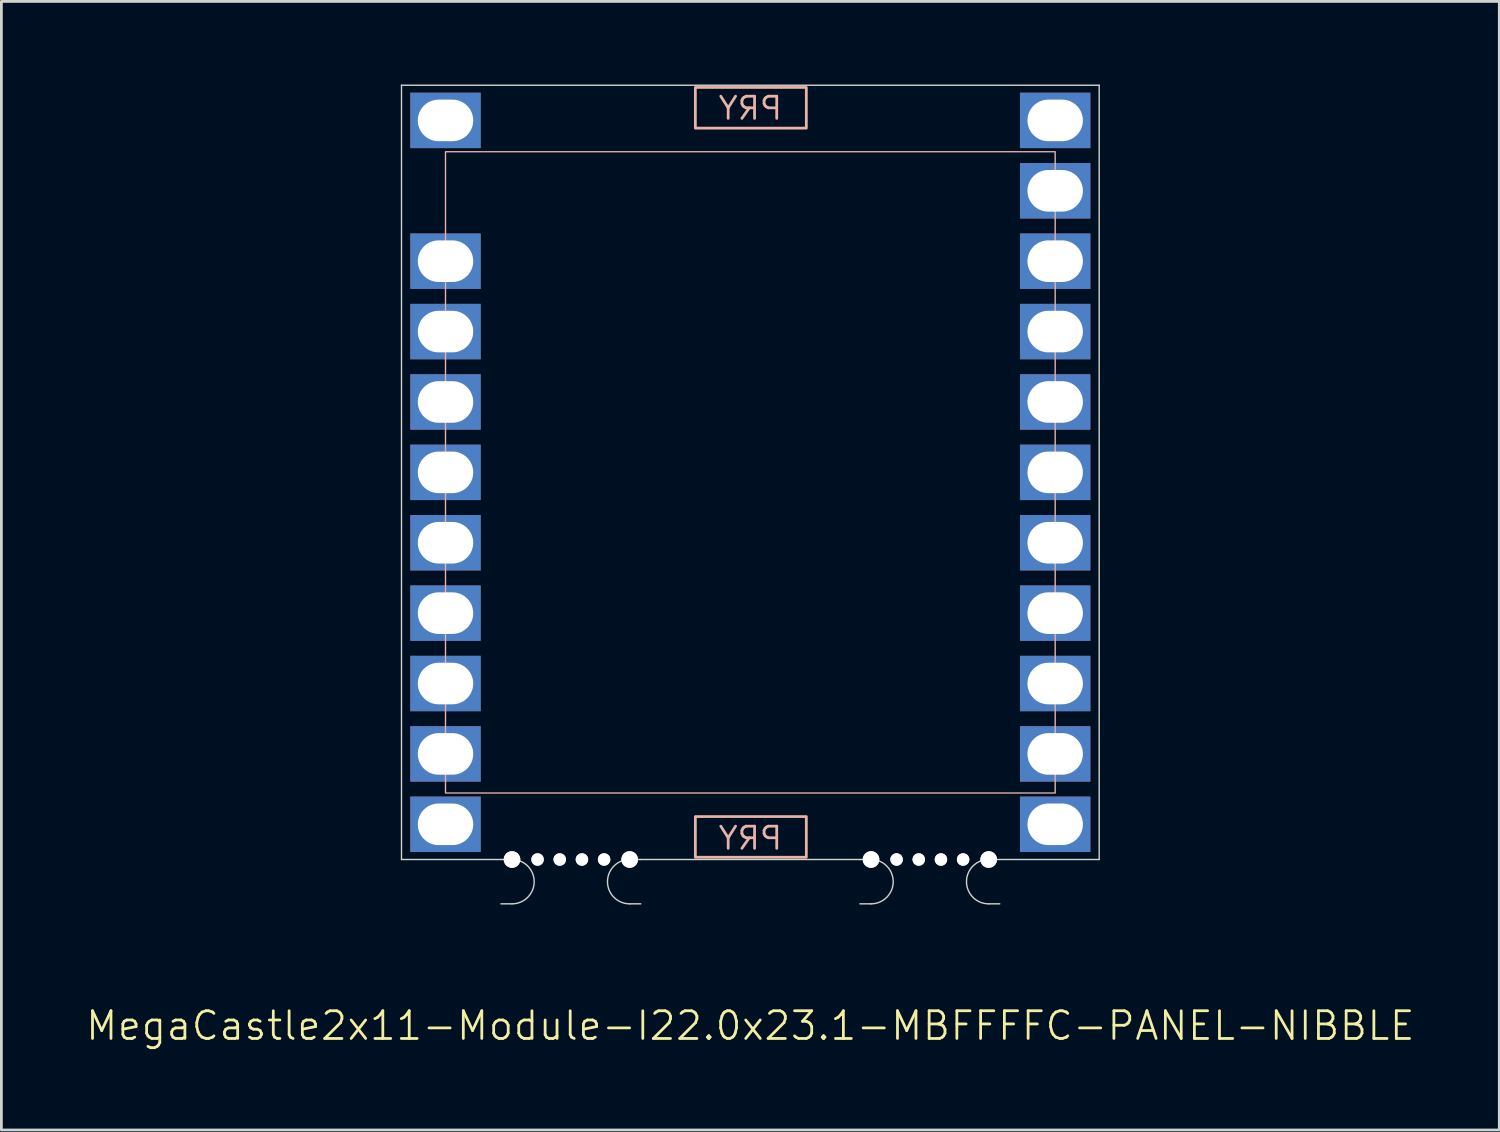
<source format=kicad_pcb>
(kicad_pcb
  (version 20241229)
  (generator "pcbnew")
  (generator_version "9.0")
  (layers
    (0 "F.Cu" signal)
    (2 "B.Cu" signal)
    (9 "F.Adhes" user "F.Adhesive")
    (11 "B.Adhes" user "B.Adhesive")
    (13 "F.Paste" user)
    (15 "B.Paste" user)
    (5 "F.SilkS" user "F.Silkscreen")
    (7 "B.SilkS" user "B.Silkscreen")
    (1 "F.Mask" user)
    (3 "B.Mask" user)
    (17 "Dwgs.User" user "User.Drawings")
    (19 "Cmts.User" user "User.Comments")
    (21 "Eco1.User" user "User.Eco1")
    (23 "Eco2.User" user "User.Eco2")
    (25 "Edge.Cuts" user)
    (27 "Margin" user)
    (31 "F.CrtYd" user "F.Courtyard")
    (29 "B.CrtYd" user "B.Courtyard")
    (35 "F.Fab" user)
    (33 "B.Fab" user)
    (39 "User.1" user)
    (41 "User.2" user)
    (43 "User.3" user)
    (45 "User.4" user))
  (footprint "MegaCastle2x11-Module-I22.0x23.1-MBFFFFC-PANEL-NIBBLE"
    (layer "F.Cu")
    (at 24.026 13.995)
    (property "Reference" "MegaCastle2x11-Module-I22.0x23.1-MBFFFFC-PANEL-NIBBLE" (at 0 19.97 0) (unlocked yes) (layer "F.SilkS") (effects (font (size 1 1) (thickness 0.1))))
    (attr smd)
    (fp_rect (start -11 11.57) (end 11 -11.57) (stroke (width 0.05) (type default)) (fill no) (layer "B.SilkS"))
    (fp_rect (start -1.984 -12.421) (end 2.02 -13.89) (stroke (width 0.1) (type default)) (fill no) (layer "B.SilkS"))
    (fp_rect (start -1.984 12.421) (end 2.02 13.89) (stroke (width 0.1) (type default)) (fill no) (layer "B.SilkS"))
    (fp_line (start -12.588 -13.97) (end -12.588 13.97) (stroke (width 0.05) (type default)) (layer "Edge.Cuts"))
    (fp_line (start -12.588 -13.97) (end 12.588 -13.97) (stroke (width 0.05) (type default)) (layer "Edge.Cuts"))
    (fp_line (start -12.588 13.97) (end -9 13.97) (stroke (width 0.05) (type default)) (layer "Edge.Cuts"))
    (fp_line (start -9 13.97) (end -8.6 13.97) (stroke (width 0.05) (type default)) (layer "Edge.Cuts"))
    (fp_line (start -9 15.57) (end -8.6 15.57) (stroke (width 0.05) (type default)) (layer "Edge.Cuts"))
    (fp_line (start -3.955 13.97) (end -4.355 13.97) (stroke (width 0.05) (type default)) (layer "Edge.Cuts"))
    (fp_line (start -3.955 13.97) (end 3.955 13.97) (stroke (width 0.05) (type default)) (layer "Edge.Cuts"))
    (fp_line (start -3.955 15.57) (end -4.355 15.57) (stroke (width 0.05) (type default)) (layer "Edge.Cuts"))
    (fp_line (start 3.955 13.97) (end 4.355 13.97) (stroke (width 0.05) (type default)) (layer "Edge.Cuts"))
    (fp_line (start 3.955 15.57) (end 4.355 15.57) (stroke (width 0.05) (type default)) (layer "Edge.Cuts"))
    (fp_line (start 9 13.97) (end 8.6 13.97) (stroke (width 0.05) (type default)) (layer "Edge.Cuts"))
    (fp_line (start 9 13.97) (end 12.588 13.97) (stroke (width 0.05) (type default)) (layer "Edge.Cuts"))
    (fp_line (start 9 15.57) (end 8.6 15.57) (stroke (width 0.05) (type default)) (layer "Edge.Cuts"))
    (fp_line (start 12.588 -13.97) (end 12.588 13.97) (stroke (width 0.05) (type default)) (layer "Edge.Cuts"))
    (fp_arc (start -8.6 13.97) (mid -7.8 14.77) (end -8.6 15.57) (stroke (width 0.05) (type default)) (layer "Edge.Cuts"))
    (fp_arc (start -4.355 15.57) (mid -5.155 14.77) (end -4.355 13.97) (stroke (width 0.05) (type default)) (layer "Edge.Cuts"))
    (fp_arc (start 4.355 13.97) (mid 5.155 14.77) (end 4.355 15.57) (stroke (width 0.05) (type default)) (layer "Edge.Cuts"))
    (fp_arc (start 8.6 15.57) (mid 7.8 14.77) (end 8.6 13.97) (stroke (width 0.05) (type default)) (layer "Edge.Cuts"))
    (fp_text user "PRY" (at 0 -12.67 0) (unlocked yes) (layer "B.SilkS") (effects (font (size 0.8 0.8) (thickness 0.1)) (justify bottom mirror)))
    (fp_text user "PRY" (at 0 13.67 0) (unlocked yes) (layer "B.SilkS") (effects (font (size 0.8 0.8) (thickness 0.1)) (justify bottom mirror)))
    (pad "" np_thru_hole circle (at -8.6 13.97) (size 0.6 0.6) (drill 0.6) (layers "*.Cu" "Edge.Cuts"))
    (pad "" np_thru_hole circle (at -7.678 13.97) (size 0.45 0.45) (drill 0.45) (layers "*.Cu" "Edge.Cuts"))
    (pad "" np_thru_hole circle (at -6.878 13.97) (size 0.45 0.45) (drill 0.45) (layers "*.Cu" "Edge.Cuts"))
    (pad "" np_thru_hole circle (at -6.077 13.97) (size 0.45 0.45) (drill 0.45) (layers "*.Cu" "Edge.Cuts"))
    (pad "" np_thru_hole circle (at -5.277 13.97) (size 0.45 0.45) (drill 0.45) (layers "*.Cu" "Edge.Cuts"))
    (pad "" np_thru_hole circle (at -4.355 13.97) (size 0.6 0.6) (drill 0.6) (layers "*.Cu" "Edge.Cuts"))
    (pad "" np_thru_hole circle (at 4.355 13.97) (size 0.6 0.6) (drill 0.6) (layers "*.Cu" "Edge.Cuts"))
    (pad "" np_thru_hole circle (at 5.277 13.97) (size 0.45 0.45) (drill 0.45) (layers "*.Cu" "Edge.Cuts"))
    (pad "" np_thru_hole circle (at 6.077 13.97) (size 0.45 0.45) (drill 0.45) (layers "*.Cu" "Edge.Cuts"))
    (pad "" np_thru_hole circle (at 6.878 13.97) (size 0.45 0.45) (drill 0.45) (layers "*.Cu" "Edge.Cuts"))
    (pad "" np_thru_hole circle (at 7.678 13.97) (size 0.45 0.45) (drill 0.45) (layers "*.Cu" "Edge.Cuts"))
    (pad "" np_thru_hole circle (at 8.6 13.97) (size 0.6 0.6) (drill 0.6) (layers "*.Cu" "Edge.Cuts"))
    (pad "1" thru_hole rect (at -11 -12.7) (size 2.54 2) (drill oval 2 1.5) (property pad_prop_castellated) (layers "*.Cu" "*.Mask"))
    (pad "3" thru_hole rect (at -11 -7.62) (size 2.54 2) (drill oval 2 1.5) (property pad_prop_castellated) (layers "*.Cu" "*.Mask"))
    (pad "4" thru_hole rect (at -11 -5.08) (size 2.54 2) (drill oval 2 1.5) (property pad_prop_castellated) (layers "*.Cu" "*.Mask"))
    (pad "5" thru_hole rect (at -11 -2.54) (size 2.54 2) (drill oval 2 1.5) (property pad_prop_castellated) (layers "*.Cu" "*.Mask"))
    (pad "6" thru_hole rect (at -11 0) (size 2.54 2) (drill oval 2 1.5) (property pad_prop_castellated) (layers "*.Cu" "*.Mask"))
    (pad "7" thru_hole rect (at -11 2.54) (size 2.54 2) (drill oval 2 1.5) (property pad_prop_castellated) (layers "*.Cu" "*.Mask"))
    (pad "8" thru_hole rect (at -11 5.08) (size 2.54 2) (drill oval 2 1.5) (property pad_prop_castellated) (layers "*.Cu" "*.Mask"))
    (pad "9" thru_hole rect (at -11 7.62) (size 2.54 2) (drill oval 2 1.5) (property pad_prop_castellated) (layers "*.Cu" "*.Mask"))
    (pad "10" thru_hole rect (at -11 10.16) (size 2.54 2) (drill oval 2 1.5) (property pad_prop_castellated) (layers "*.Cu" "*.Mask"))
    (pad "11" thru_hole rect (at -11 12.7) (size 2.54 2) (drill oval 2 1.5) (property pad_prop_castellated) (layers "*.Cu" "*.Mask"))
    (pad "12" thru_hole rect (at 11 -12.7) (size 2.54 2) (drill oval 2 1.5) (property pad_prop_castellated) (layers "*.Cu" "*.Mask"))
    (pad "13" thru_hole rect (at 11 -10.16) (size 2.54 2) (drill oval 2 1.5) (property pad_prop_castellated) (layers "*.Cu" "*.Mask"))
    (pad "14" thru_hole rect (at 11 -7.62) (size 2.54 2) (drill oval 2 1.5) (property pad_prop_castellated) (layers "*.Cu" "*.Mask"))
    (pad "15" thru_hole rect (at 11 -5.08) (size 2.54 2) (drill oval 2 1.5) (property pad_prop_castellated) (layers "*.Cu" "*.Mask"))
    (pad "16" thru_hole rect (at 11 -2.54) (size 2.54 2) (drill oval 2 1.5) (property pad_prop_castellated) (layers "*.Cu" "*.Mask"))
    (pad "17" thru_hole rect (at 11 0) (size 2.54 2) (drill oval 2 1.5) (property pad_prop_castellated) (layers "*.Cu" "*.Mask"))
    (pad "18" thru_hole rect (at 11 2.54) (size 2.54 2) (drill oval 2 1.5) (property pad_prop_castellated) (layers "*.Cu" "*.Mask"))
    (pad "19" thru_hole rect (at 11 5.08) (size 2.54 2) (drill oval 2 1.5) (property pad_prop_castellated) (layers "*.Cu" "*.Mask"))
    (pad "20" thru_hole rect (at 11 7.62) (size 2.54 2) (drill oval 2 1.5) (property pad_prop_castellated) (layers "*.Cu" "*.Mask"))
    (pad "21" thru_hole rect (at 11 10.16) (size 2.54 2) (drill oval 2 1.5) (property pad_prop_castellated) (layers "*.Cu" "*.Mask"))
    (pad "22" thru_hole rect (at 11 12.7) (size 2.54 2) (drill oval 2 1.5) (property pad_prop_castellated) (layers "*.Cu" "*.Mask"))
    (zone (net_name "") (layer "B.Cu") (hatch edge 0.5) (connect_pads) (min_thickness 0.25) (filled_areas_thickness no) (keepout (tracks allowed) (vias allowed) (pads allowed) (copperpour allowed) (footprints not_allowed)) (placement (enabled no)) (fill) (polygon (pts (xy 13.026 27.965) (xy 13.026 0.025))))
    (zone (net_name "") (layer "B.Cu") (hatch edge 0.5) (connect_pads) (min_thickness 0.25) (filled_areas_thickness no) (keepout (tracks allowed) (vias allowed) (pads allowed) (copperpour allowed) (footprints not_allowed)) (placement (enabled no)) (fill) (polygon (pts (xy 35.026 27.965) (xy 35.026 0.025))))
    (zone (net_name "") (layer "B.Cu") (hatch edge 0.5) (connect_pads) (min_thickness 0.25) (filled_areas_thickness no) (keepout (tracks allowed) (vias allowed) (pads allowed) (copperpour allowed) (footprints not_allowed)) (placement (enabled no)) (fill) (polygon (pts (xy 13.026 0.025) (xy 13.026 2.425) (xy 35.026 2.425) (xy 35.026 0.025))))
    (zone (net_name "") (layer "B.Cu") (hatch edge 0.5) (connect_pads) (min_thickness 0.25) (filled_areas_thickness no) (keepout (tracks allowed) (vias allowed) (pads allowed) (copperpour allowed) (footprints not_allowed)) (placement (enabled no)) (fill) (polygon (pts (xy 13.026 27.965) (xy 13.026 25.565) (xy 35.026 25.565) (xy 35.026 27.965))))
    (zone (net_name "") (layer "B.Cu") (name "Upper Pry Zone") (hatch edge 0.5) (connect_pads) (min_thickness 0.25) (filled_areas_thickness no) (keepout (tracks not_allowed) (vias not_allowed) (pads not_allowed) (copperpour allowed) (footprints not_allowed)) (placement (enabled no)) (fill) (polygon (pts (xy 22.042 1.574) (xy 22.042 0.105) (xy 26.046 0.105) (xy 26.046 1.574))))
    (zone (net_name "") (layer "B.Cu") (name "Upper Pry Zone") (hatch edge 0.5) (connect_pads) (min_thickness 0.25) (filled_areas_thickness no) (keepout (tracks not_allowed) (vias not_allowed) (pads not_allowed) (copperpour allowed) (footprints not_allowed)) (placement (enabled no)) (fill) (polygon (pts (xy 22.042 26.416) (xy 22.042 27.885) (xy 26.046 27.885) (xy 26.046 26.416)))))
  (gr_rect
    (start -3 -3)
    (end 51.052 37.725)
    (stroke (width 0.1) (type default))
    (fill no)
    (layer "Edge.Cuts")))
</source>
